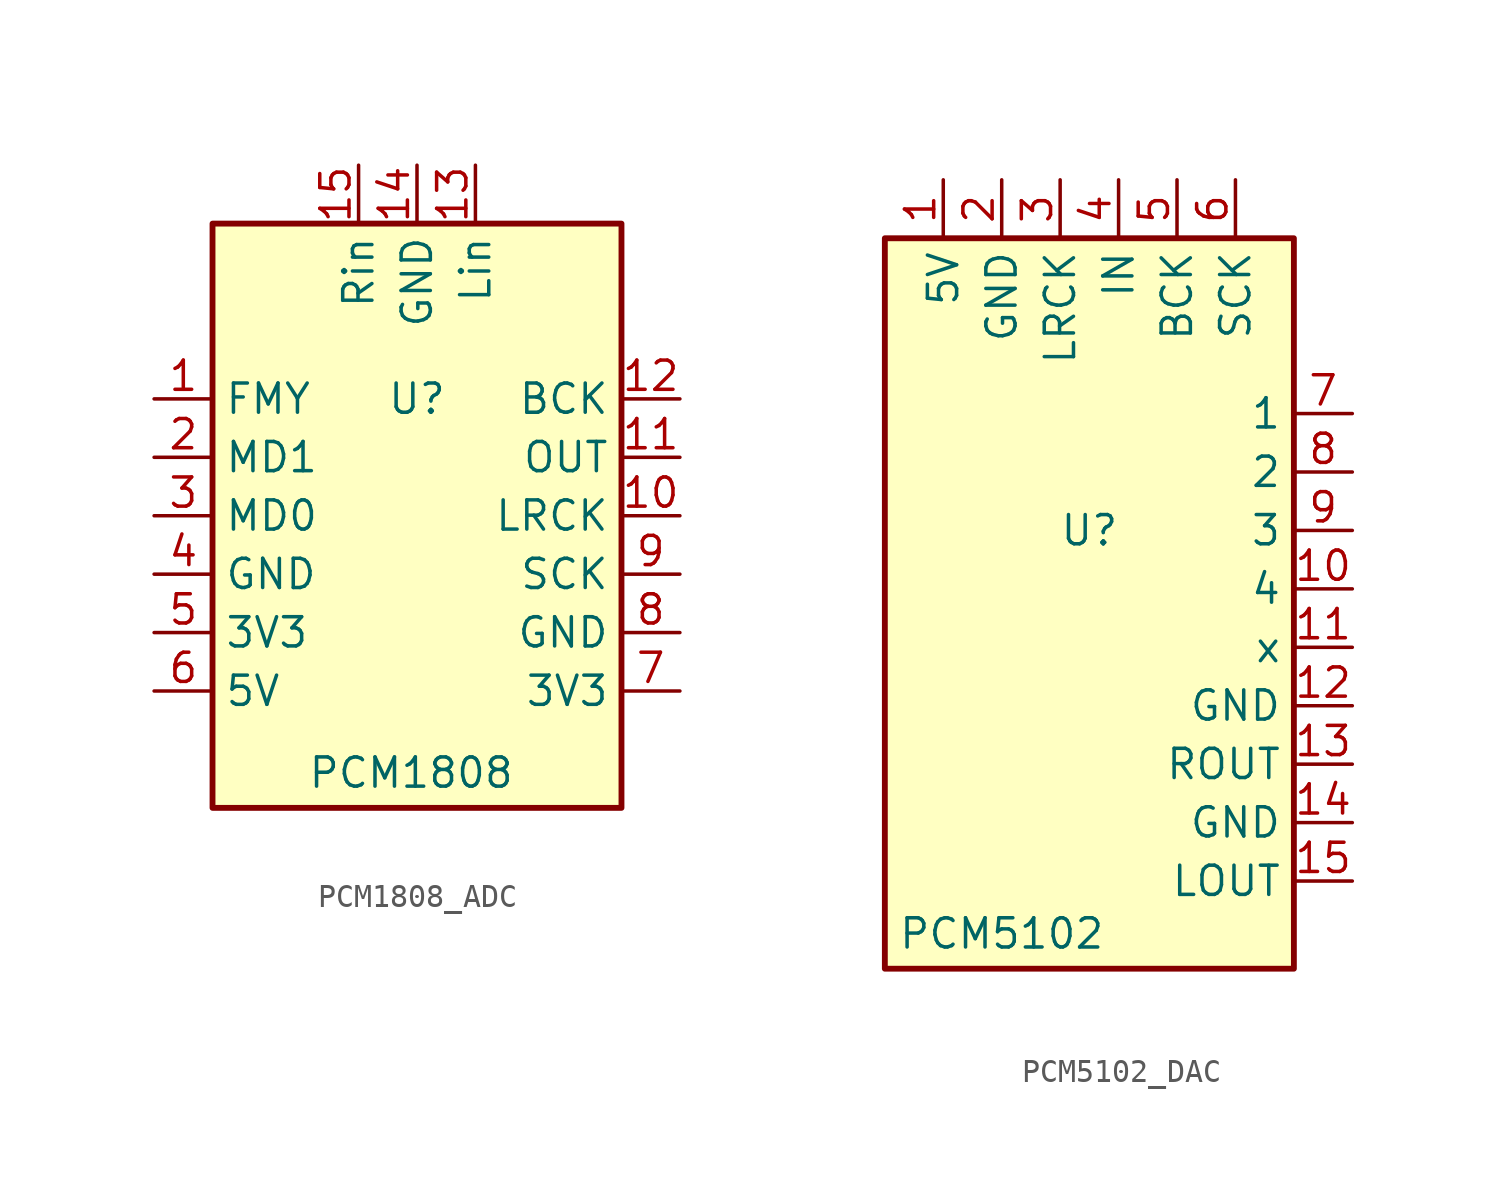
<source format=kicad_sym>
(kicad_symbol_lib
  (version 20241209)
  (generator "kicad_symbol_editor")
  (generator_version "9.0")
  (symbol "PCM1808_ADC"
    (property "Reference" "U"
      (at 0 0 0)
      (effects (font (size 1.27 1.27))))
    (property "Value" "PCM1808"
      (at -0.254 -16.256 0)
      (effects (font (size 1.27 1.27))))
    (symbol "PCM1808_ADC_0_1"
      (rectangle (start -8.89 7.62) (end 8.89 -17.78) (stroke (width 0.254) (type default)) (fill (type background))))
    (symbol "PCM1808_ADC_1_1"
      (pin input line (at -11.43 0 0) (length 2.54) (name "FMY" (effects (font (size 1.27 1.27)))) (number "1" (effects (font (size 1.27 1.27)))))
      (pin input line (at -11.43 -2.54 0) (length 2.54) (name "MD1\n" (effects (font (size 1.27 1.27)))) (number "2" (effects (font (size 1.27 1.27)))))
      (pin input line (at -11.43 -5.08 0) (length 2.54) (name "MD0" (effects (font (size 1.27 1.27)))) (number "3" (effects (font (size 1.27 1.27)))))
      (pin power_in line (at -11.43 -7.62 0) (length 2.54) (name "GND" (effects (font (size 1.27 1.27)))) (number "4" (effects (font (size 1.27 1.27)))))
      (pin power_in line (at -11.43 -10.16 0) (length 2.54) (name "3V3" (effects (font (size 1.27 1.27)))) (number "5" (effects (font (size 1.27 1.27)))))
      (pin power_in line (at -11.43 -12.7 0) (length 2.54) (name "5V" (effects (font (size 1.27 1.27)))) (number "6" (effects (font (size 1.27 1.27)))))
      (pin input line (at -2.54 10.16 270) (length 2.54) (name "Rin" (effects (font (size 1.27 1.27)))) (number "15" (effects (font (size 1.27 1.27)))))
      (pin power_in line (at 0 10.16 270) (length 2.54) (name "GND" (effects (font (size 1.27 1.27)))) (number "14" (effects (font (size 1.27 1.27)))))
      (pin input line (at 2.54 10.16 270) (length 2.54) (name "Lin" (effects (font (size 1.27 1.27)))) (number "13" (effects (font (size 1.27 1.27)))))
      (pin input line (at 11.43 0 180) (length 2.54) (name "BCK" (effects (font (size 1.27 1.27)))) (number "12" (effects (font (size 1.27 1.27)))))
      (pin output line (at 11.43 -2.54 180) (length 2.54) (name "OUT" (effects (font (size 1.27 1.27)))) (number "11" (effects (font (size 1.27 1.27)))))
      (pin input line (at 11.43 -5.08 180) (length 2.54) (name "LRCK" (effects (font (size 1.27 1.27)))) (number "10" (effects (font (size 1.27 1.27)))))
      (pin input line (at 11.43 -7.62 180) (length 2.54) (name "SCK" (effects (font (size 1.27 1.27)))) (number "9" (effects (font (size 1.27 1.27)))))
      (pin power_in line (at 11.43 -10.16 180) (length 2.54) (name "GND" (effects (font (size 1.27 1.27)))) (number "8" (effects (font (size 1.27 1.27)))))
      (pin power_in line (at 11.43 -12.7 180) (length 2.54) (name "3V3" (effects (font (size 1.27 1.27)))) (number "7" (effects (font (size 1.27 1.27)))))))
  (symbol "PCM5102_DAC"
    (property "Reference" "U"
      (at 0 0 0)
      (effects (font (size 1.27 1.27))))
    (property "Value" "PCM5102"
      (at -3.81 -17.526 0)
      (effects (font (size 1.27 1.27))))
    (symbol "PCM5102_DAC_0_1"
      (rectangle (start -8.89 12.7) (end 8.89 -19.05) (stroke (width 0.254) (type default)) (fill (type background))))
    (symbol "PCM5102_DAC_1_1"
      (pin power_in line (at -6.35 15.24 270) (length 2.54) (name "5V" (effects (font (size 1.27 1.27)))) (number "1" (effects (font (size 1.27 1.27)))))
      (pin power_in line (at -3.81 15.24 270) (length 2.54) (name "GND" (effects (font (size 1.27 1.27)))) (number "2" (effects (font (size 1.27 1.27)))))
      (pin input line (at -1.27 15.24 270) (length 2.54) (name "LRCK" (effects (font (size 1.27 1.27)))) (number "3" (effects (font (size 1.27 1.27)))))
      (pin input line (at 1.27 15.24 270) (length 2.54) (name "IN" (effects (font (size 1.27 1.27)))) (number "4" (effects (font (size 1.27 1.27)))))
      (pin input line (at 3.81 15.24 270) (length 2.54) (name "BCK" (effects (font (size 1.27 1.27)))) (number "5" (effects (font (size 1.27 1.27)))))
      (pin input line (at 6.35 15.24 270) (length 2.54) (name "SCK" (effects (font (size 1.27 1.27)))) (number "6" (effects (font (size 1.27 1.27)))))
      (pin input line (at 11.43 5.08 180) (length 2.54) (name "1" (effects (font (size 1.27 1.27)))) (number "7" (effects (font (size 1.27 1.27)))))
      (pin input line (at 11.43 2.54 180) (length 2.54) (name "2" (effects (font (size 1.27 1.27)))) (number "8" (effects (font (size 1.27 1.27)))))
      (pin input line (at 11.43 0 180) (length 2.54) (name "3" (effects (font (size 1.27 1.27)))) (number "9" (effects (font (size 1.27 1.27)))))
      (pin input line (at 11.43 -2.54 180) (length 2.54) (name "4" (effects (font (size 1.27 1.27)))) (number "10" (effects (font (size 1.27 1.27)))))
      (pin input line (at 11.43 -5.08 180) (length 2.54) (name "x" (effects (font (size 1.27 1.27)))) (number "11" (effects (font (size 1.27 1.27)))))
      (pin power_in line (at 11.43 -7.62 180) (length 2.54) (name "GND" (effects (font (size 1.27 1.27)))) (number "12" (effects (font (size 1.27 1.27)))))
      (pin output line (at 11.43 -10.16 180) (length 2.54) (name "ROUT" (effects (font (size 1.27 1.27)))) (number "13" (effects (font (size 1.27 1.27)))))
      (pin power_in line (at 11.43 -12.7 180) (length 2.54) (name "GND" (effects (font (size 1.27 1.27)))) (number "14" (effects (font (size 1.27 1.27)))))
      (pin output line (at 11.43 -15.24 180) (length 2.54) (name "LOUT" (effects (font (size 1.27 1.27)))) (number "15" (effects (font (size 1.27 1.27))))))))
</source>
